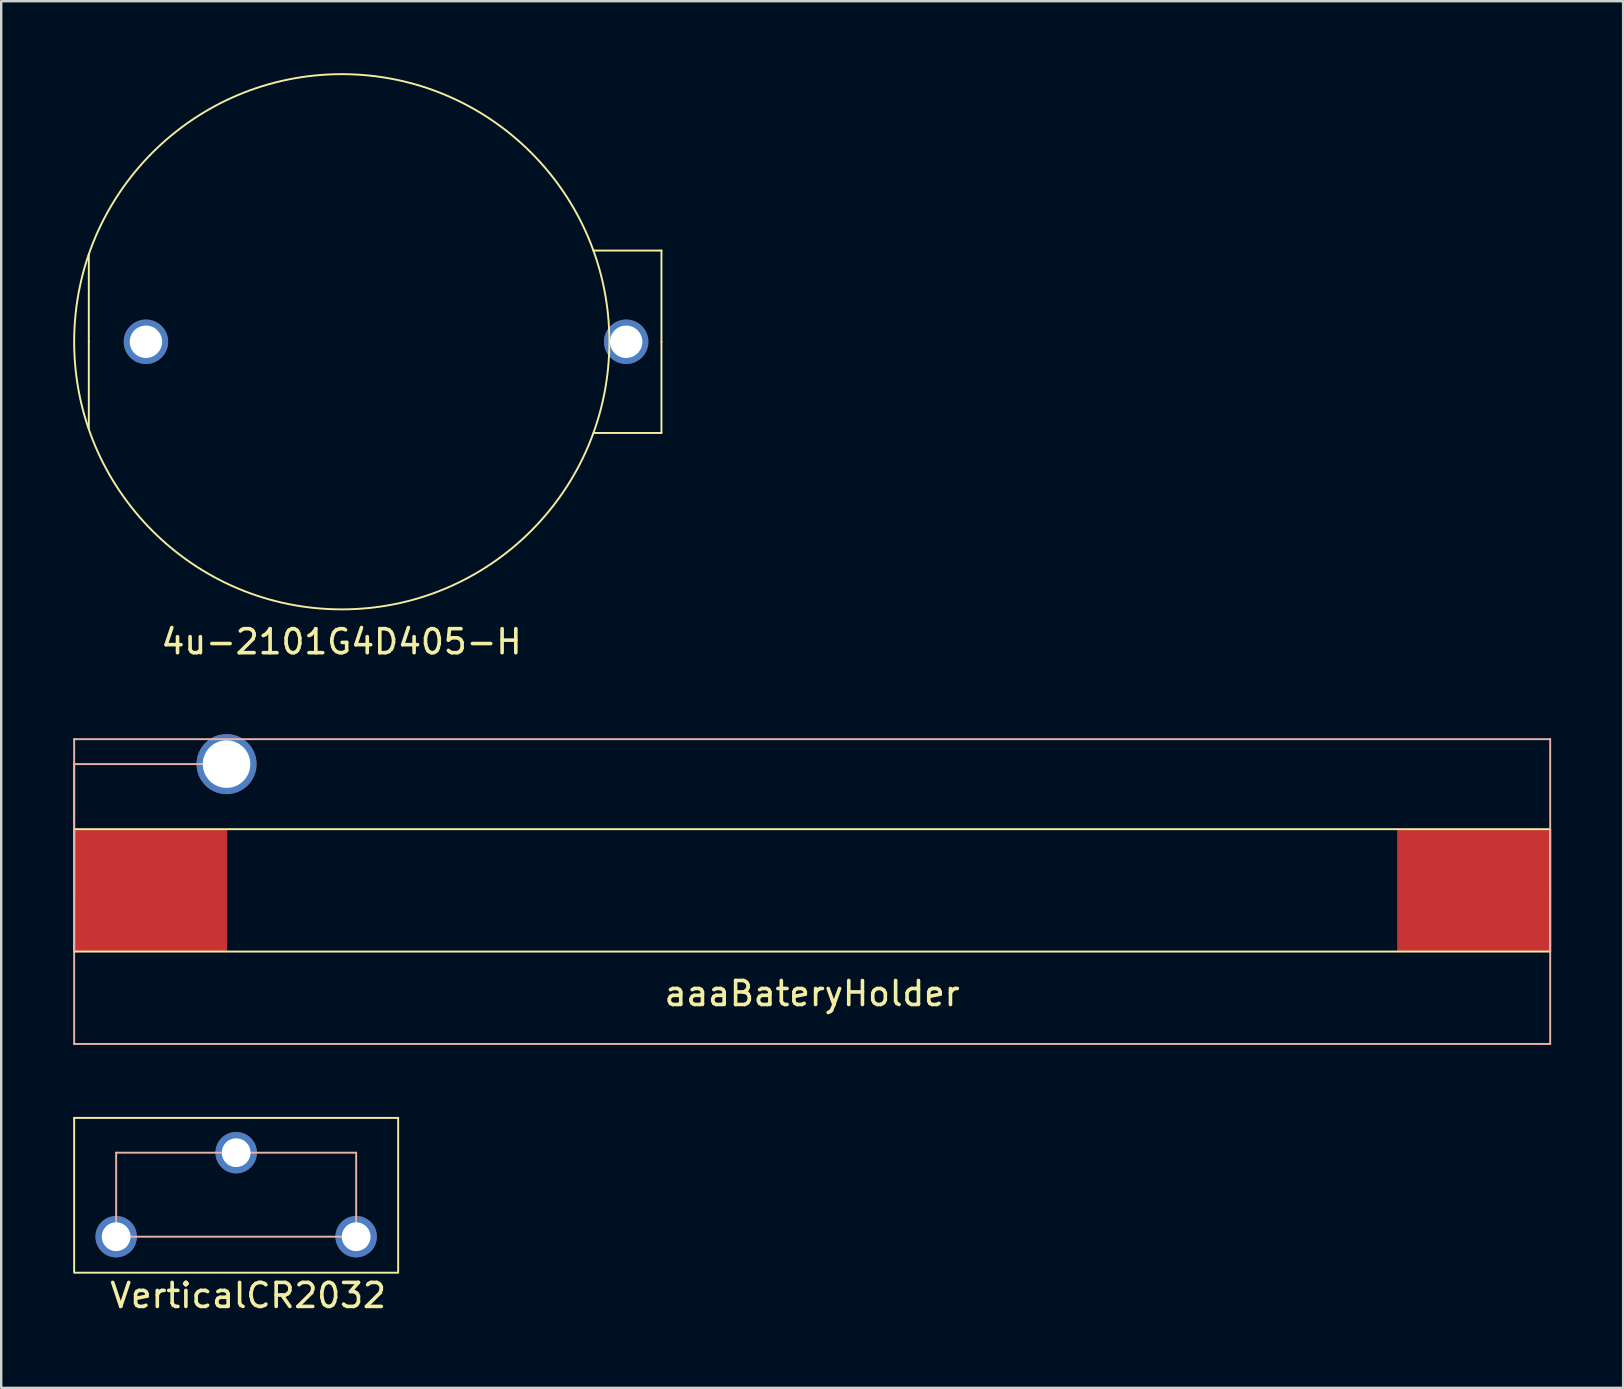
<source format=kicad_pcb>
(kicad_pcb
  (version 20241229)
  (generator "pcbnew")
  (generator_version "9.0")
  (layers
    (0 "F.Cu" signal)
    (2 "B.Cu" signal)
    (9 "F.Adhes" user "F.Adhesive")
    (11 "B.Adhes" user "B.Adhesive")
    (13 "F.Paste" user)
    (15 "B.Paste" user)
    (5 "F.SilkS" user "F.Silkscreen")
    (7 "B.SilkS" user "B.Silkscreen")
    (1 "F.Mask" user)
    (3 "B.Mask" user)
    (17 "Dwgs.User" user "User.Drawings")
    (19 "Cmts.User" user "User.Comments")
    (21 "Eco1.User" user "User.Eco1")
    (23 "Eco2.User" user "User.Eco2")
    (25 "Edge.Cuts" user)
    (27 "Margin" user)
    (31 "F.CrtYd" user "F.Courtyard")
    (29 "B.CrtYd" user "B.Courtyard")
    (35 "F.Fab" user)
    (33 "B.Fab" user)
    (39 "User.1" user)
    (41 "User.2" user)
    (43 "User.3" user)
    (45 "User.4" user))
  (footprint "aaaBateryHolder"
    (layer "F.Cu")
    (at 30.79 34.098)
    (property "Reference" "aaaBateryHolder" (at 0 4.25 0) (layer "F.SilkS") (effects (font (size 1 1) (thickness 0.15))))
    (attr through_hole)
    (fp_line (start -30.75 -2.6) (end -30.75 2.5) (stroke (width 0.08) (type solid)) (layer "F.SilkS"))
    (fp_line (start -30.75 2.5) (end 30.75 2.5) (stroke (width 0.08) (type solid)) (layer "F.SilkS"))
    (fp_line (start 30.75 -2.6) (end -30.75 -2.6) (stroke (width 0.08) (type solid)) (layer "F.SilkS"))
    (fp_line (start 30.75 0) (end 30.75 -2.6) (stroke (width 0.08) (type solid)) (layer "F.SilkS"))
    (fp_line (start 30.75 2.5) (end 30.75 0) (stroke (width 0.08) (type solid)) (layer "F.SilkS"))
    (fp_line (start -30.75 -6.35) (end -30.75 6.35) (stroke (width 0.08) (type solid)) (layer "B.SilkS"))
    (fp_line (start -30.75 -5.31) (end -24.4 -5.31) (stroke (width 0.08) (type solid)) (layer "B.SilkS"))
    (fp_line (start -30.75 0) (end -30.75 -5.31) (stroke (width 0.08) (type solid)) (layer "B.SilkS"))
    (fp_line (start -30.75 6.35) (end 30.75 6.35) (stroke (width 0.08) (type solid)) (layer "B.SilkS"))
    (fp_line (start 30.75 -6.35) (end -30.75 -6.35) (stroke (width 0.08) (type solid)) (layer "B.SilkS"))
    (fp_line (start 30.75 0) (end 30.75 -6.35) (stroke (width 0.08) (type solid)) (layer "B.SilkS"))
    (fp_line (start 30.75 6.35) (end 30.75 0) (stroke (width 0.08) (type solid)) (layer "B.SilkS"))
    (pad "1" smd trapezoid (at 27.55 -0.05) (size 6.35 5.1) (layers "F.Cu" "F.Mask" "F.Paste"))
    (pad "2" smd trapezoid (at -27.55 -0.05) (size 6.35 5.1) (layers "F.Cu" "F.Mask" "F.Paste"))
    (pad "3" thru_hole circle (at -24.4 -5.31) (size 2.5 2.5) (drill 1.98) (layers "*.Cu" "*.Mask")))
  (footprint "4u-2101G4D405-H"
    (layer "F.Cu")
    (at 11.19 11.19)
    (property "Reference" "4u-2101G4D405-H" (at -0.01 12.5 0) (layer "F.SilkS") (effects (font (size 1 1) (thickness 0.15))))
    (attr through_hole)
    (fp_line (start -10.54 0) (end -10.54 -3.64) (stroke (width 0.08) (type solid)) (layer "F.SilkS"))
    (fp_line (start -10.54 0) (end -10.54 3.62) (stroke (width 0.08) (type solid)) (layer "F.SilkS"))
    (fp_line (start 13.32 -3.8) (end 10.48 -3.8) (stroke (width 0.08) (type solid)) (layer "F.SilkS"))
    (fp_line (start 13.32 0) (end 13.32 -3.8) (stroke (width 0.08) (type solid)) (layer "F.SilkS"))
    (fp_line (start 13.32 0) (end 13.32 3.8) (stroke (width 0.08) (type solid)) (layer "F.SilkS"))
    (fp_line (start 13.32 3.8) (end 10.49 3.8) (stroke (width 0.08) (type solid)) (layer "F.SilkS"))
    (fp_circle (center 0 0) (end 11.15 0) (stroke (width 0.08) (type solid)) (fill no) (layer "F.SilkS"))
    (pad "1" thru_hole circle (at -8.16 0) (size 1.85 1.85) (drill 1.35) (layers "*.Cu" "*.Mask"))
    (pad "2" thru_hole circle (at 11.85 0) (size 1.85 1.85) (drill 1.35) (layers "*.Cu" "*.Mask")))
  (footprint "VerticalCR2032"
    (layer "F.Cu")
    (at 6.79 46.728)
    (property "Reference" "VerticalCR2032" (at 0.5 4.2 0) (layer "F.SilkS") (effects (font (size 1 1) (thickness 0.15))))
    (attr through_hole)
    (fp_line (start -6.75 -3.2) (end 6.75 -3.2) (stroke (width 0.08) (type solid)) (layer "F.SilkS"))
    (fp_line (start -6.75 3.2) (end -6.75 -3.2) (stroke (width 0.08) (type solid)) (layer "F.SilkS"))
    (fp_line (start 6.75 -3.2) (end 6.75 3.2) (stroke (width 0.08) (type solid)) (layer "F.SilkS"))
    (fp_line (start 6.75 3.25) (end -6.75 3.25) (stroke (width 0.08) (type solid)) (layer "F.SilkS"))
    (fp_line (start -5 -1.75) (end 0 -1.75) (stroke (width 0.08) (type solid)) (layer "B.SilkS"))
    (fp_line (start -5 1.75) (end -5 -1.75) (stroke (width 0.08) (type solid)) (layer "B.SilkS"))
    (fp_line (start 0 -1.75) (end 5 -1.75) (stroke (width 0.08) (type solid)) (layer "B.SilkS"))
    (fp_line (start 5 -1.75) (end 5 1.75) (stroke (width 0.08) (type solid)) (layer "B.SilkS"))
    (fp_line (start 5 1.75) (end -5 1.75) (stroke (width 0.08) (type solid)) (layer "B.SilkS"))
    (pad "1" thru_hole circle (at 0 -1.75) (size 1.724 1.724) (drill 1.2) (layers "*.Cu" "*.Mask"))
    (pad "2" thru_hole circle (at -5 1.75) (size 1.724 1.724) (drill 1.2) (layers "*.Cu" "*.Mask"))
    (pad "3" thru_hole circle (at 5 1.75) (size 1.724 1.724) (drill 1.2) (layers "*.Cu" "*.Mask")))
  (gr_rect
    (start -3 -3)
    (end 64.58 54.777)
    (stroke (width 0.1) (type default))
    (fill no)
    (layer "Edge.Cuts")))
</source>
